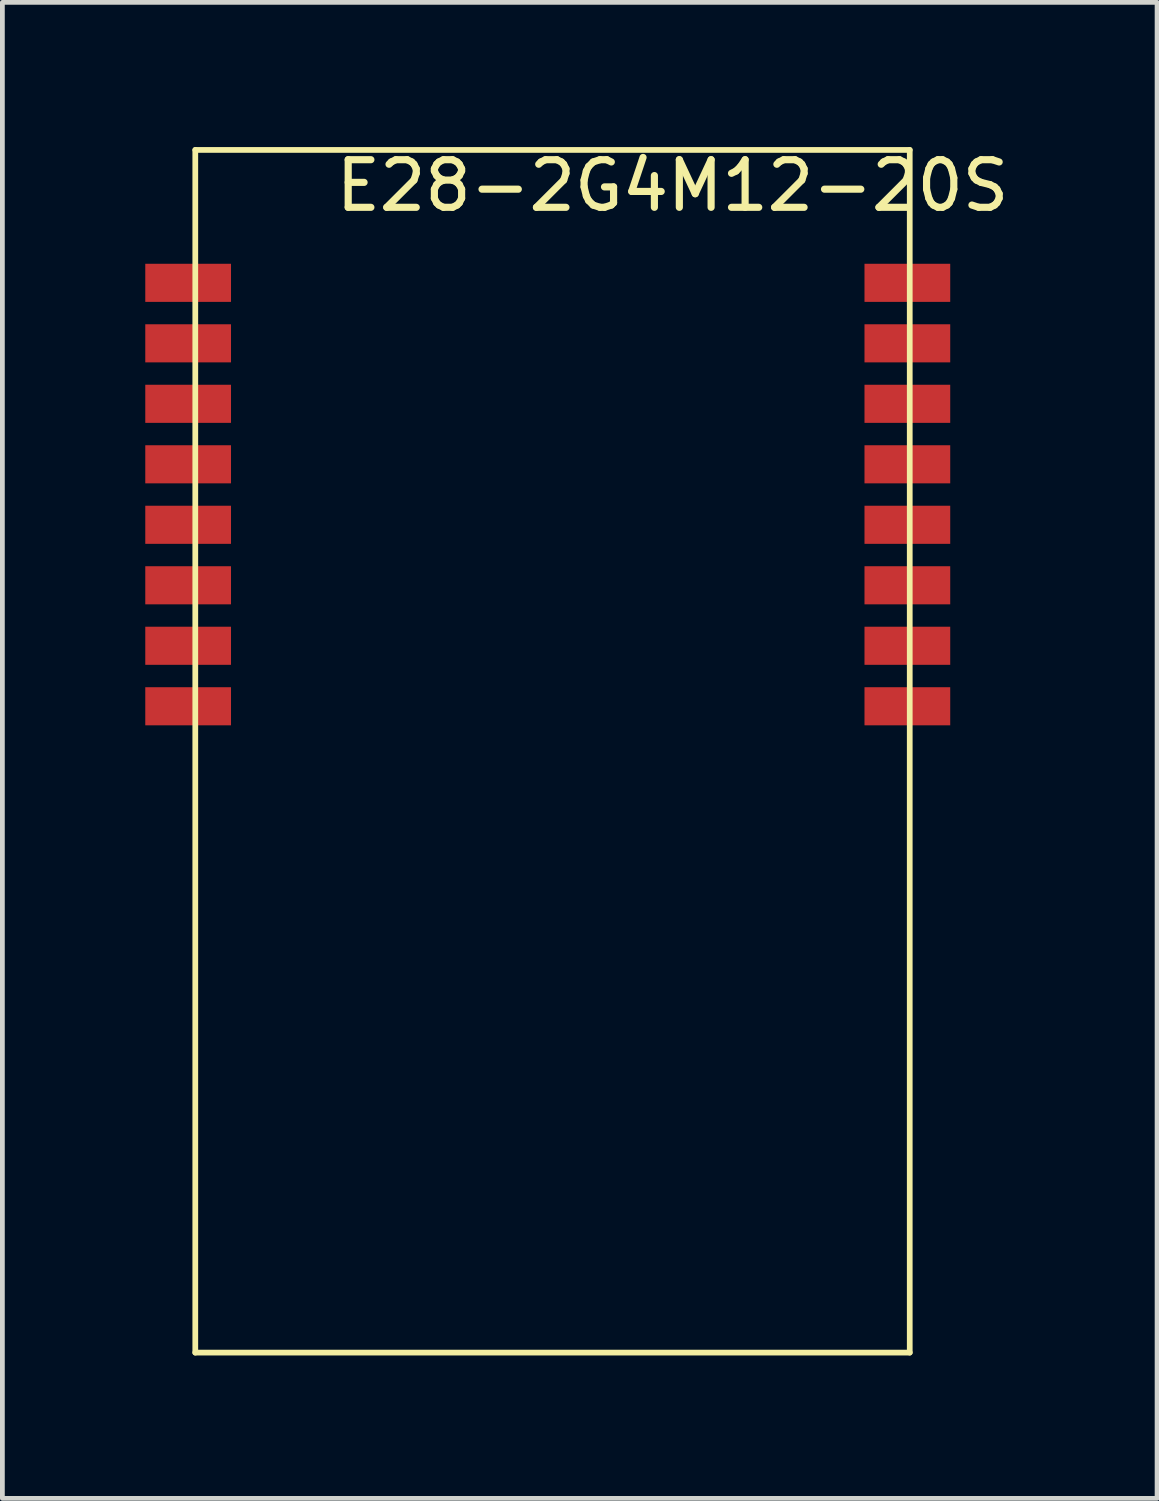
<source format=kicad_pcb>
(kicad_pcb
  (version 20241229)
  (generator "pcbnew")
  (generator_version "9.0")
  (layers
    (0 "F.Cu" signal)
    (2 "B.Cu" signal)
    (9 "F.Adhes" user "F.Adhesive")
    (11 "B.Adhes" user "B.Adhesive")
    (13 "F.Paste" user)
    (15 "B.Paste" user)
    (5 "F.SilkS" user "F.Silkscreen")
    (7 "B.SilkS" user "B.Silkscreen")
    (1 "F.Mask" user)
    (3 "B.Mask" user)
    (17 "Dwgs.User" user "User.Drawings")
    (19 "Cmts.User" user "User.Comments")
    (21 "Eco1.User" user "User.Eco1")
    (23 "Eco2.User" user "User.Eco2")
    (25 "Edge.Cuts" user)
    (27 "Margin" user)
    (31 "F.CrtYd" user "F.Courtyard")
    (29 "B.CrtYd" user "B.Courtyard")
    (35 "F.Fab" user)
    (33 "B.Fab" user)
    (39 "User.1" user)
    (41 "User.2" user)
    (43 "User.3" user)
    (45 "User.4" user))
  (footprint "E28-2G4M12-20S"
    (layer "F.Cu")
    (at 11.07 0.348)
    (property "Reference" "E28-2G4M12-20S" (at 0 0.5 0) (layer "F.SilkS") (effects (font (size 1 1) (thickness 0.15))))
    (attr through_hole)
    (fp_line (start -10.02 -0.25) (end 4.98 -0.25) (stroke (width 0.12) (type solid)) (layer "F.SilkS"))
    (fp_line (start -10.02 25) (end -10.02 -0.25) (stroke (width 0.12) (type solid)) (layer "F.SilkS"))
    (fp_line (start 4.98 -0.25) (end 4.98 25) (stroke (width 0.12) (type solid)) (layer "F.SilkS"))
    (fp_line (start 4.98 25) (end -10.02 25) (stroke (width 0.12) (type solid)) (layer "F.SilkS"))
    (pad "1" smd rect (at -10.17 2.54) (size 1.8 0.8) (layers "F.Cu" "F.Mask" "F.Paste"))
    (pad "2" smd rect (at -10.17 3.81) (size 1.8 0.8) (layers "F.Cu" "F.Mask" "F.Paste"))
    (pad "3" smd rect (at -10.17 5.08) (size 1.8 0.8) (layers "F.Cu" "F.Mask" "F.Paste"))
    (pad "4" smd rect (at -10.17 6.35) (size 1.8 0.8) (layers "F.Cu" "F.Mask" "F.Paste"))
    (pad "5" smd rect (at -10.17 7.62) (size 1.8 0.8) (layers "F.Cu" "F.Mask" "F.Paste"))
    (pad "6" smd rect (at -10.17 8.89) (size 1.8 0.8) (layers "F.Cu" "F.Mask" "F.Paste"))
    (pad "7" smd rect (at -10.17 10.16) (size 1.8 0.8) (layers "F.Cu" "F.Mask" "F.Paste"))
    (pad "8" smd rect (at -10.17 11.43) (size 1.8 0.8) (layers "F.Cu" "F.Mask" "F.Paste"))
    (pad "9" smd rect (at 4.93 11.43) (size 1.8 0.8) (layers "F.Cu" "F.Mask" "F.Paste"))
    (pad "10" smd rect (at 4.93 10.16) (size 1.8 0.8) (layers "F.Cu" "F.Mask" "F.Paste"))
    (pad "11" smd rect (at 4.93 8.89) (size 1.8 0.8) (layers "F.Cu" "F.Mask" "F.Paste"))
    (pad "12" smd rect (at 4.93 7.62) (size 1.8 0.8) (layers "F.Cu" "F.Mask" "F.Paste"))
    (pad "13" smd rect (at 4.93 6.35) (size 1.8 0.8) (layers "F.Cu" "F.Mask" "F.Paste"))
    (pad "14" smd rect (at 4.93 5.08) (size 1.8 0.8) (layers "F.Cu" "F.Mask" "F.Paste"))
    (pad "15" smd rect (at 4.93 3.81) (size 1.8 0.8) (layers "F.Cu" "F.Mask" "F.Paste"))
    (pad "16" smd rect (at 4.93 2.54) (size 1.8 0.8) (layers "F.Cu" "F.Mask" "F.Paste")))
  (gr_rect
    (start -3 -3)
    (end 21.243 28.408)
    (stroke (width 0.1) (type default))
    (fill no)
    (layer "Edge.Cuts")))
</source>
